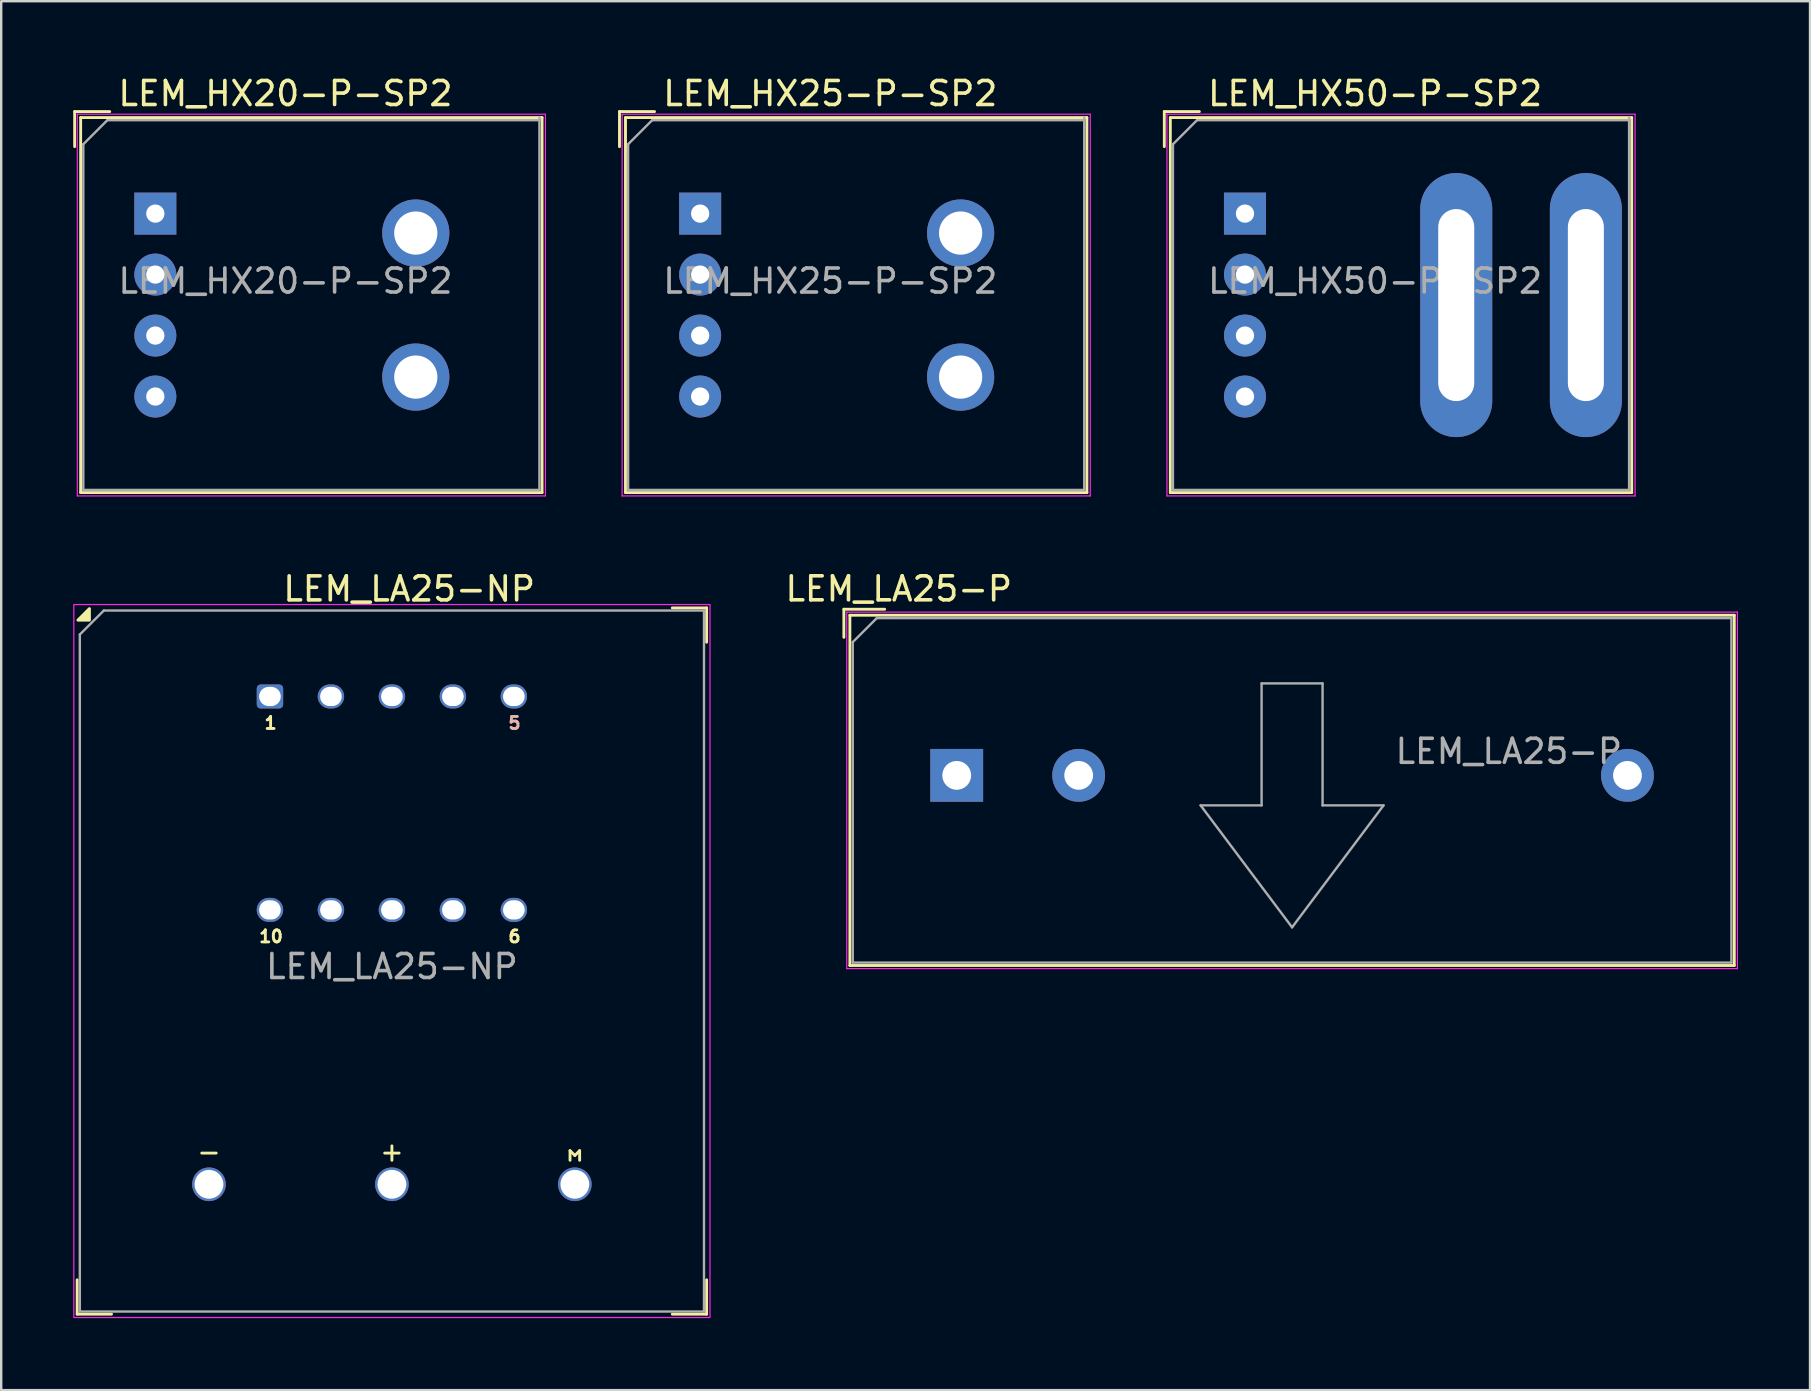
<source format=kicad_pcb>
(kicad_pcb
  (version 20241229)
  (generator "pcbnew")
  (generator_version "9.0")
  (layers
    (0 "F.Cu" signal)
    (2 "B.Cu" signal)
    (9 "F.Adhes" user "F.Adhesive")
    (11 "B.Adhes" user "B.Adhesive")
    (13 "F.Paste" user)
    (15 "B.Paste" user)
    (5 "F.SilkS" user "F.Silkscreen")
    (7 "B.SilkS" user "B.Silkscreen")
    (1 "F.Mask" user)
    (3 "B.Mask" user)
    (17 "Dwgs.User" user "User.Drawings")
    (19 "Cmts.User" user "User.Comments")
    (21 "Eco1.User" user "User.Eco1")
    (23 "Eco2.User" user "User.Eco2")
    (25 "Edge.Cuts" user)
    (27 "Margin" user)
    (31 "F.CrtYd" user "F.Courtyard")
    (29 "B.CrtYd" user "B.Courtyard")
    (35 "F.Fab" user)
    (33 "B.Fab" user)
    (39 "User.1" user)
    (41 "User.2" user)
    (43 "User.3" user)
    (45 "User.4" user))
  (footprint "LEM_HX25-P-SP2"
    (layer "F.Cu")
    (at 26.115 5.848)
    (property "Reference" "LEM_HX25-P-SP2" (at 5.42 -5 0) (layer "F.SilkS") (effects (font (size 1 1) (thickness 0.15))))
    (attr through_hole)
    (fp_line (start -3.36 -2.79) (end -3.36 -4.25) (stroke (width 0.12) (type solid)) (layer "F.SilkS"))
    (fp_line (start -3.11 -4) (end -3.11 11.62) (stroke (width 0.12) (type solid)) (layer "F.SilkS"))
    (fp_line (start -3.11 11.62) (end 16.11 11.62) (stroke (width 0.12) (type solid)) (layer "F.SilkS"))
    (fp_line (start -1.9 -4.25) (end -3.36 -4.25) (stroke (width 0.12) (type solid)) (layer "F.SilkS"))
    (fp_line (start 16.11 -4) (end -3.11 -4) (stroke (width 0.12) (type solid)) (layer "F.SilkS"))
    (fp_line (start 16.11 11.62) (end 16.11 -4) (stroke (width 0.12) (type solid)) (layer "F.SilkS"))
    (fp_line (start -3.25 -4.14) (end -3.25 11.76) (stroke (width 0.05) (type solid)) (layer "F.CrtYd"))
    (fp_line (start -3.25 11.76) (end 16.25 11.76) (stroke (width 0.05) (type solid)) (layer "F.CrtYd"))
    (fp_line (start 16.25 -4.14) (end -3.25 -4.14) (stroke (width 0.05) (type solid)) (layer "F.CrtYd"))
    (fp_line (start 16.25 11.76) (end 16.25 -4.14) (stroke (width 0.05) (type solid)) (layer "F.CrtYd"))
    (fp_line (start -3 -2.89) (end -3 11.51) (stroke (width 0.1) (type solid)) (layer "F.Fab"))
    (fp_line (start -3 11.51) (end 16 11.51) (stroke (width 0.1) (type solid)) (layer "F.Fab"))
    (fp_line (start -2 -3.89) (end -3 -2.89) (stroke (width 0.1) (type solid)) (layer "F.Fab"))
    (fp_line (start 16 -3.89) (end -2 -3.89) (stroke (width 0.1) (type solid)) (layer "F.Fab"))
    (fp_line (start 16 11.51) (end 16 -4) (stroke (width 0.1) (type solid)) (layer "F.Fab"))
    (fp_text user "${REFERENCE}" (at 5.42 2.81 0) (layer "F.Fab") (effects (font (size 1 1) (thickness 0.15))))
    (pad "1" thru_hole rect (at 0 0) (size 1.75 1.75) (drill 0.76) (layers "*.Cu" "*.Mask"))
    (pad "2" thru_hole circle (at 0 2.54) (size 1.75 1.75) (drill 0.76) (layers "*.Cu" "*.Mask"))
    (pad "3" thru_hole circle (at 0 5.08) (size 1.75 1.75) (drill 0.76) (layers "*.Cu" "*.Mask"))
    (pad "4" thru_hole circle (at 0 7.62) (size 1.75 1.75) (drill 0.76) (layers "*.Cu" "*.Mask"))
    (pad "5" thru_hole circle (at 10.85 0.81) (size 2.8 2.8) (drill 1.8) (layers "*.Cu" "*.Mask"))
    (pad "6" thru_hole circle (at 10.85 6.81) (size 2.8 2.8) (drill 1.8) (layers "*.Cu" "*.Mask")))
  (footprint "LEM_LA25-NP"
    (layer "F.Cu")
    (at 8.195 25.962)
    (property "Reference" "LEM_LA25-NP" (at 5.8 -4.48 0) (unlocked yes) (layer "F.SilkS") (effects (font (size 1 1) (thickness 0.15))))
    (attr through_hole)
    (fp_line (start -8.03 25.73) (end -8.03 24.3) (stroke (width 0.12) (type default)) (layer "F.SilkS"))
    (fp_line (start -8.03 25.73) (end -6.6 25.73) (stroke (width 0.12) (type default)) (layer "F.SilkS"))
    (fp_line (start -2.84 19.02) (end -2.24 19.02) (stroke (width 0.12) (type default)) (layer "F.SilkS"))
    (fp_line (start 4.78 19.02) (end 5.38 19.02) (stroke (width 0.12) (type default)) (layer "F.SilkS"))
    (fp_line (start 5.08 19.32) (end 5.08 18.72) (stroke (width 0.12) (type default)) (layer "F.SilkS"))
    (fp_line (start 12.5 18.92) (end 12.7 19.12) (stroke (width 0.12) (type default)) (layer "F.SilkS"))
    (fp_line (start 12.5 19.32) (end 12.5 18.92) (stroke (width 0.12) (type default)) (layer "F.SilkS"))
    (fp_line (start 12.7 19.12) (end 12.9 18.92) (stroke (width 0.12) (type default)) (layer "F.SilkS"))
    (fp_line (start 12.9 18.92) (end 12.9 19.32) (stroke (width 0.12) (type default)) (layer "F.SilkS"))
    (fp_line (start 18.19 -3.69) (end 16.76 -3.69) (stroke (width 0.12) (type default)) (layer "F.SilkS"))
    (fp_line (start 18.19 -3.69) (end 18.19 -2.26) (stroke (width 0.12) (type default)) (layer "F.SilkS"))
    (fp_line (start 18.19 25.73) (end 16.76 25.73) (stroke (width 0.12) (type default)) (layer "F.SilkS"))
    (fp_line (start 18.19 25.73) (end 18.19 24.3) (stroke (width 0.12) (type default)) (layer "F.SilkS"))
    (fp_poly (pts (xy -7.52 -3.18) (xy -8 -3.18) (xy -7.52 -3.66) (xy -7.52 -3.18)) (stroke (width 0.12) (type solid)) (fill yes) (layer "F.SilkS"))
    (fp_rect (start -8.17 -3.83) (end 18.33 25.87) (stroke (width 0.05) (type default)) (fill no) (layer "F.CrtYd"))
    (fp_line (start -7.92 25.62) (end -7.92 -2.58) (stroke (width 0.1) (type default)) (layer "F.Fab"))
    (fp_line (start -6.92 -3.58) (end -7.92 -2.58) (stroke (width 0.1) (type default)) (layer "F.Fab"))
    (fp_line (start -6.92 -3.58) (end 18.08 -3.58) (stroke (width 0.1) (type default)) (layer "F.Fab"))
    (fp_line (start 18.08 -3.58) (end 18.08 25.62) (stroke (width 0.1) (type default)) (layer "F.Fab"))
    (fp_line (start 18.08 25.62) (end -7.92 25.62) (stroke (width 0.1) (type default)) (layer "F.Fab"))
    (fp_text user "10" (at -0.51 10.29 0) (layer "F.SilkS") (effects (font (size 0.5 0.5) (thickness 0.12) (bold yes)) (justify left bottom)))
    (fp_text user "1" (at -0.29 1.4 0) (layer "F.SilkS") (effects (font (size 0.5 0.5) (thickness 0.12)) (justify left bottom)))
    (fp_text user "6" (at 9.87 10.29 0) (layer "F.SilkS") (effects (font (size 0.5 0.5) (thickness 0.12) (bold yes)) (justify left bottom)))
    (fp_text user "5" (at 9.87 1.4 0) (layer "B.SilkS") (effects (font (size 0.5 0.5) (thickness 0.12) (bold yes)) (justify left bottom)))
    (fp_text user "${REFERENCE}" (at 5.08 11.25 0) (unlocked yes) (layer "F.Fab") (effects (font (size 1 1) (thickness 0.15))))
    (pad "1" thru_hole roundrect (at 0 0) (size 1.1 1) (drill oval 0.9 0.8) (layers "*.Cu" "*.Mask") (roundrect_rratio 0.164))
    (pad "2" thru_hole oval (at 2.54 0) (size 1.1 1) (drill oval 0.9 0.8) (layers "*.Cu" "*.Mask"))
    (pad "3" thru_hole oval (at 5.08 0) (size 1.1 1) (drill oval 0.9 0.8) (layers "*.Cu" "*.Mask"))
    (pad "4" thru_hole oval (at 7.62 0) (size 1.1 1) (drill oval 0.9 0.8) (layers "*.Cu" "*.Mask"))
    (pad "5" thru_hole oval (at 10.16 0) (size 1.1 1) (drill oval 0.9 0.8) (layers "*.Cu" "*.Mask"))
    (pad "6" thru_hole oval (at 10.16 8.89) (size 1.1 1) (drill oval 0.9 0.8) (layers "*.Cu" "*.Mask"))
    (pad "7" thru_hole oval (at 7.62 8.89) (size 1.1 1) (drill oval 0.9 0.8) (layers "*.Cu" "*.Mask"))
    (pad "8" thru_hole oval (at 5.08 8.89) (size 1.1 1) (drill oval 0.9 0.8) (layers "*.Cu" "*.Mask"))
    (pad "9" thru_hole oval (at 2.54 8.89) (size 1.1 1) (drill oval 0.9 0.8) (layers "*.Cu" "*.Mask"))
    (pad "10" thru_hole oval (at 0 8.89) (size 1.1 1) (drill oval 0.9 0.8) (layers "*.Cu" "*.Mask"))
    (pad "11" thru_hole circle (at -2.54 20.32) (size 1.4 1.4) (drill 1.2) (layers "*.Cu" "*.Mask"))
    (pad "12" thru_hole circle (at 5.08 20.32) (size 1.4 1.4) (drill 1.2) (layers "*.Cu" "*.Mask"))
    (pad "13" thru_hole circle (at 12.7 20.32) (size 1.4 1.4) (drill 1.2) (layers "*.Cu" "*.Mask")))
  (footprint "LEM_HX50-P-SP2"
    (layer "F.Cu")
    (at 48.81 5.848)
    (property "Reference" "LEM_HX50-P-SP2" (at 5.42 -5 0) (layer "F.SilkS") (effects (font (size 1 1) (thickness 0.15))))
    (attr through_hole)
    (fp_line (start -3.36 -2.79) (end -3.36 -4.25) (stroke (width 0.12) (type solid)) (layer "F.SilkS"))
    (fp_line (start -3.11 -4) (end -3.11 11.62) (stroke (width 0.12) (type solid)) (layer "F.SilkS"))
    (fp_line (start -3.11 11.62) (end 16.11 11.62) (stroke (width 0.12) (type solid)) (layer "F.SilkS"))
    (fp_line (start -1.9 -4.25) (end -3.36 -4.25) (stroke (width 0.12) (type solid)) (layer "F.SilkS"))
    (fp_line (start 16.11 -4) (end -3.11 -4) (stroke (width 0.12) (type solid)) (layer "F.SilkS"))
    (fp_line (start 16.11 11.62) (end 16.11 -4) (stroke (width 0.12) (type solid)) (layer "F.SilkS"))
    (fp_line (start -3.25 -4.14) (end -3.25 11.76) (stroke (width 0.05) (type solid)) (layer "F.CrtYd"))
    (fp_line (start -3.25 11.76) (end 16.25 11.76) (stroke (width 0.05) (type solid)) (layer "F.CrtYd"))
    (fp_line (start 16.25 -4.14) (end -3.25 -4.14) (stroke (width 0.05) (type solid)) (layer "F.CrtYd"))
    (fp_line (start 16.25 11.76) (end 16.25 -4.14) (stroke (width 0.05) (type solid)) (layer "F.CrtYd"))
    (fp_line (start -3 -2.89) (end -3 11.51) (stroke (width 0.1) (type solid)) (layer "F.Fab"))
    (fp_line (start -3 11.51) (end 16 11.51) (stroke (width 0.1) (type solid)) (layer "F.Fab"))
    (fp_line (start -2 -3.89) (end -3 -2.89) (stroke (width 0.1) (type solid)) (layer "F.Fab"))
    (fp_line (start 16 -3.89) (end -2 -3.89) (stroke (width 0.1) (type solid)) (layer "F.Fab"))
    (fp_line (start 16 11.51) (end 16 -4) (stroke (width 0.1) (type solid)) (layer "F.Fab"))
    (fp_text user "${REFERENCE}" (at 5.42 2.81 0) (layer "F.Fab") (effects (font (size 1 1) (thickness 0.15))))
    (pad "1" thru_hole rect (at 0 0) (size 1.75 1.75) (drill 0.76) (layers "*.Cu" "*.Mask"))
    (pad "2" thru_hole circle (at 0 2.54) (size 1.75 1.75) (drill 0.76) (layers "*.Cu" "*.Mask"))
    (pad "3" thru_hole circle (at 0 5.08) (size 1.75 1.75) (drill 0.76) (layers "*.Cu" "*.Mask"))
    (pad "4" thru_hole circle (at 0 7.62) (size 1.75 1.75) (drill 0.76) (layers "*.Cu" "*.Mask"))
    (pad "5" thru_hole oval (at 14.2 3.81) (size 3 11) (drill oval 1.5 8) (layers "*.Cu" "*.Mask"))
    (pad "6" thru_hole oval (at 8.8 3.81) (size 3 11) (drill oval 1.5 8) (layers "*.Cu" "*.Mask")))
  (footprint "LEM_LA25-P"
    (layer "F.Cu")
    (at 36.802 29.248)
    (property "Reference" "LEM_LA25-P" (at -2.413 -7.767 0) (layer "F.SilkS") (effects (font (size 1 1) (thickness 0.15))))
    (attr through_hole)
    (fp_line (start -4.7 -6.92) (end -4.7 -5.75) (stroke (width 0.12) (type solid)) (layer "F.SilkS"))
    (fp_line (start -4.45 -6.67) (end -4.45 7.92) (stroke (width 0.12) (type solid)) (layer "F.SilkS"))
    (fp_line (start -4.45 7.92) (end 32.39 7.92) (stroke (width 0.12) (type solid)) (layer "F.SilkS"))
    (fp_line (start -3 -6.92) (end -4.7 -6.92) (stroke (width 0.12) (type solid)) (layer "F.SilkS"))
    (fp_line (start 32.39 -6.67) (end -4.45 -6.67) (stroke (width 0.12) (type solid)) (layer "F.SilkS"))
    (fp_line (start 32.39 7.92) (end 32.39 -6.67) (stroke (width 0.12) (type solid)) (layer "F.SilkS"))
    (fp_line (start -4.58 -6.8) (end -4.58 8.05) (stroke (width 0.05) (type solid)) (layer "F.CrtYd"))
    (fp_line (start -4.58 -6.8) (end 32.52 -6.8) (stroke (width 0.05) (type solid)) (layer "F.CrtYd"))
    (fp_line (start 32.52 8.05) (end -4.58 8.05) (stroke (width 0.05) (type solid)) (layer "F.CrtYd"))
    (fp_line (start 32.52 8.05) (end 32.52 -6.8) (stroke (width 0.05) (type solid)) (layer "F.CrtYd"))
    (fp_line (start -4.33 -5.55) (end -3.33 -6.55) (stroke (width 0.1) (type solid)) (layer "F.Fab"))
    (fp_line (start -4.33 7.8) (end -4.33 -5.55) (stroke (width 0.1) (type solid)) (layer "F.Fab"))
    (fp_line (start -3.33 -6.55) (end 32.27 -6.55) (stroke (width 0.1) (type solid)) (layer "F.Fab"))
    (fp_line (start 10.16 1.25) (end 13.97 6.33) (stroke (width 0.1) (type solid)) (layer "F.Fab"))
    (fp_line (start 12.7 -3.83) (end 12.7 1.25) (stroke (width 0.1) (type solid)) (layer "F.Fab"))
    (fp_line (start 12.7 1.25) (end 10.16 1.25) (stroke (width 0.1) (type solid)) (layer "F.Fab"))
    (fp_line (start 13.97 6.33) (end 17.78 1.25) (stroke (width 0.1) (type solid)) (layer "F.Fab"))
    (fp_line (start 15.24 -3.83) (end 12.7 -3.83) (stroke (width 0.1) (type solid)) (layer "F.Fab"))
    (fp_line (start 15.24 1.25) (end 15.24 -3.83) (stroke (width 0.1) (type solid)) (layer "F.Fab"))
    (fp_line (start 17.78 1.25) (end 15.24 1.25) (stroke (width 0.1) (type solid)) (layer "F.Fab"))
    (fp_line (start 32.27 -6.55) (end 32.27 7.8) (stroke (width 0.1) (type solid)) (layer "F.Fab"))
    (fp_line (start 32.27 7.8) (end -4.33 7.8) (stroke (width 0.1) (type solid)) (layer "F.Fab"))
    (fp_text user "${REFERENCE}" (at 23 -1 0) (layer "F.Fab") (effects (font (size 1 1) (thickness 0.15))))
    (pad "1" thru_hole rect (at 0 0) (size 2.2 2.2) (drill 1.2) (layers "*.Cu" "*.Mask"))
    (pad "2" thru_hole circle (at 5.08 0) (size 2.2 2.2) (drill 1.2) (layers "*.Cu" "*.Mask"))
    (pad "3" thru_hole circle (at 27.94 0) (size 2.2 2.2) (drill 1.2) (layers "*.Cu" "*.Mask")))
  (footprint "LEM_HX20-P-SP2"
    (layer "F.Cu")
    (at 3.42 5.848)
    (property "Reference" "LEM_HX20-P-SP2" (at 5.42 -5 0) (layer "F.SilkS") (effects (font (size 1 1) (thickness 0.15))))
    (attr through_hole)
    (fp_line (start -3.36 -2.79) (end -3.36 -4.25) (stroke (width 0.12) (type solid)) (layer "F.SilkS"))
    (fp_line (start -3.11 -4) (end -3.11 11.62) (stroke (width 0.12) (type solid)) (layer "F.SilkS"))
    (fp_line (start -3.11 11.62) (end 16.11 11.62) (stroke (width 0.12) (type solid)) (layer "F.SilkS"))
    (fp_line (start -1.9 -4.25) (end -3.36 -4.25) (stroke (width 0.12) (type solid)) (layer "F.SilkS"))
    (fp_line (start 16.11 -4) (end -3.11 -4) (stroke (width 0.12) (type solid)) (layer "F.SilkS"))
    (fp_line (start 16.11 11.62) (end 16.11 -4) (stroke (width 0.12) (type solid)) (layer "F.SilkS"))
    (fp_line (start -3.25 -4.14) (end -3.25 11.76) (stroke (width 0.05) (type solid)) (layer "F.CrtYd"))
    (fp_line (start -3.25 11.76) (end 16.25 11.76) (stroke (width 0.05) (type solid)) (layer "F.CrtYd"))
    (fp_line (start 16.25 -4.14) (end -3.25 -4.14) (stroke (width 0.05) (type solid)) (layer "F.CrtYd"))
    (fp_line (start 16.25 11.76) (end 16.25 -4.14) (stroke (width 0.05) (type solid)) (layer "F.CrtYd"))
    (fp_line (start -3 -2.89) (end -3 11.51) (stroke (width 0.1) (type solid)) (layer "F.Fab"))
    (fp_line (start -3 11.51) (end 16 11.51) (stroke (width 0.1) (type solid)) (layer "F.Fab"))
    (fp_line (start -2 -3.89) (end -3 -2.89) (stroke (width 0.1) (type solid)) (layer "F.Fab"))
    (fp_line (start 16 -3.89) (end -2 -3.89) (stroke (width 0.1) (type solid)) (layer "F.Fab"))
    (fp_line (start 16 11.51) (end 16 -4) (stroke (width 0.1) (type solid)) (layer "F.Fab"))
    (fp_text user "${REFERENCE}" (at 5.42 2.81 0) (layer "F.Fab") (effects (font (size 1 1) (thickness 0.15))))
    (pad "1" thru_hole rect (at 0 0) (size 1.75 1.75) (drill 0.76) (layers "*.Cu" "*.Mask"))
    (pad "2" thru_hole circle (at 0 2.54) (size 1.75 1.75) (drill 0.76) (layers "*.Cu" "*.Mask"))
    (pad "3" thru_hole circle (at 0 5.08) (size 1.75 1.75) (drill 0.76) (layers "*.Cu" "*.Mask"))
    (pad "4" thru_hole circle (at 0 7.62) (size 1.75 1.75) (drill 0.76) (layers "*.Cu" "*.Mask"))
    (pad "5" thru_hole circle (at 10.85 0.81) (size 2.8 2.8) (drill 1.8) (layers "*.Cu" "*.Mask"))
    (pad "6" thru_hole circle (at 10.85 6.81) (size 2.8 2.8) (drill 1.8) (layers "*.Cu" "*.Mask")))
  (gr_rect
    (start -3 -3)
    (end 72.347 54.856)
    (stroke (width 0.1) (type default))
    (fill no)
    (layer "Edge.Cuts")))
</source>
